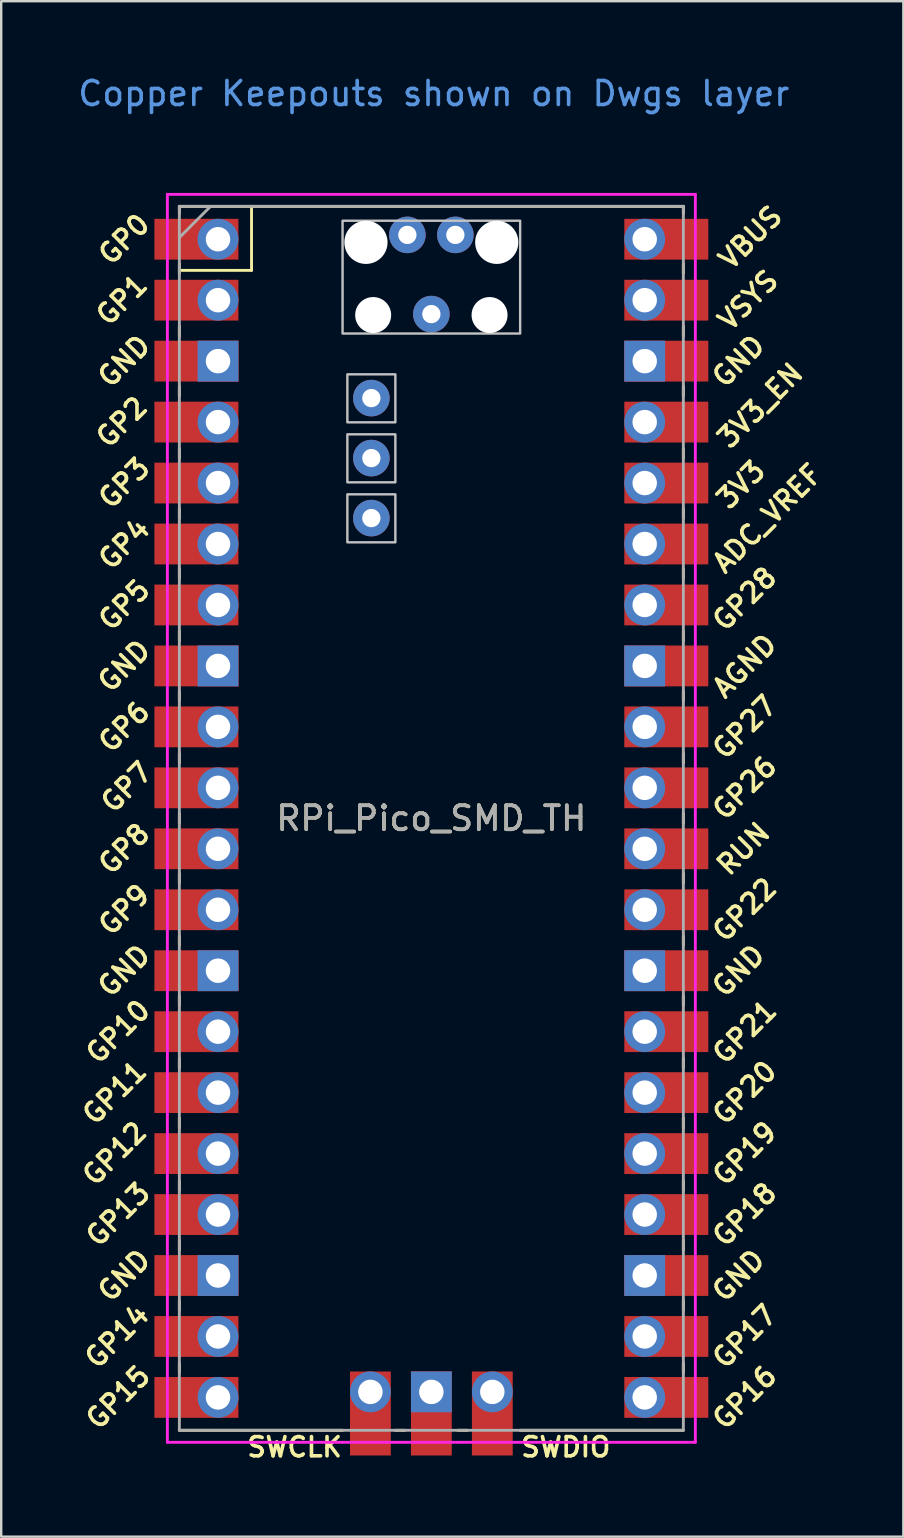
<source format=kicad_pcb>
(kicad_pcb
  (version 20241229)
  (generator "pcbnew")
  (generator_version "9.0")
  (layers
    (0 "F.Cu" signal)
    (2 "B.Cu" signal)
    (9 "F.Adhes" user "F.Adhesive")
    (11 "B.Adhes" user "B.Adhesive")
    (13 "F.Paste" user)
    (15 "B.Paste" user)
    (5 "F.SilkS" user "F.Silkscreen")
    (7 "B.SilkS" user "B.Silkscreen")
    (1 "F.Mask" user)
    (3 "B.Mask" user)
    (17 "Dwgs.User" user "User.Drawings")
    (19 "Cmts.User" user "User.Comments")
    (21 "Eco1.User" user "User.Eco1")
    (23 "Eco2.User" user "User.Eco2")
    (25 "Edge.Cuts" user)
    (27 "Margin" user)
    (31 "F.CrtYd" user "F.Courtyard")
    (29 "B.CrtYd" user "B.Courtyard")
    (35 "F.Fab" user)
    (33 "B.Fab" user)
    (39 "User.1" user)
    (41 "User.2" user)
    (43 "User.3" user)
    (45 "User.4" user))
  (footprint "RPi_Pico_SMD_TH"
    (layer "F.Cu")
    (at 14.924 31.048)
    (property "Reference" "RPi_Pico_SMD_TH" (at 0 0 0) (layer "F.SilkS") (effects (font (size 1 1) (thickness 0.15))))
    (attr through_hole)
    (fp_line (start -10.5 -25.5) (end -10.5 -25.2) (stroke (width 0.12) (type solid)) (layer "F.SilkS"))
    (fp_line (start -10.5 -25.5) (end 10.5 -25.5) (stroke (width 0.12) (type solid)) (layer "F.SilkS"))
    (fp_line (start -10.5 -23.1) (end -10.5 -22.7) (stroke (width 0.12) (type solid)) (layer "F.SilkS"))
    (fp_line (start -10.5 -22.833) (end -7.493 -22.833) (stroke (width 0.12) (type solid)) (layer "F.SilkS"))
    (fp_line (start -10.5 -20.5) (end -10.5 -20.1) (stroke (width 0.12) (type solid)) (layer "F.SilkS"))
    (fp_line (start -10.5 -18) (end -10.5 -17.6) (stroke (width 0.12) (type solid)) (layer "F.SilkS"))
    (fp_line (start -10.5 -15.4) (end -10.5 -15) (stroke (width 0.12) (type solid)) (layer "F.SilkS"))
    (fp_line (start -10.5 -12.9) (end -10.5 -12.5) (stroke (width 0.12) (type solid)) (layer "F.SilkS"))
    (fp_line (start -10.5 -10.4) (end -10.5 -10) (stroke (width 0.12) (type solid)) (layer "F.SilkS"))
    (fp_line (start -10.5 -7.8) (end -10.5 -7.4) (stroke (width 0.12) (type solid)) (layer "F.SilkS"))
    (fp_line (start -10.5 -5.3) (end -10.5 -4.9) (stroke (width 0.12) (type solid)) (layer "F.SilkS"))
    (fp_line (start -10.5 -2.7) (end -10.5 -2.3) (stroke (width 0.12) (type solid)) (layer "F.SilkS"))
    (fp_line (start -10.5 -0.2) (end -10.5 0.2) (stroke (width 0.12) (type solid)) (layer "F.SilkS"))
    (fp_line (start -10.5 2.3) (end -10.5 2.7) (stroke (width 0.12) (type solid)) (layer "F.SilkS"))
    (fp_line (start -10.5 4.9) (end -10.5 5.3) (stroke (width 0.12) (type solid)) (layer "F.SilkS"))
    (fp_line (start -10.5 7.4) (end -10.5 7.8) (stroke (width 0.12) (type solid)) (layer "F.SilkS"))
    (fp_line (start -10.5 10) (end -10.5 10.4) (stroke (width 0.12) (type solid)) (layer "F.SilkS"))
    (fp_line (start -10.5 12.5) (end -10.5 12.9) (stroke (width 0.12) (type solid)) (layer "F.SilkS"))
    (fp_line (start -10.5 15.1) (end -10.5 15.5) (stroke (width 0.12) (type solid)) (layer "F.SilkS"))
    (fp_line (start -10.5 17.6) (end -10.5 18) (stroke (width 0.12) (type solid)) (layer "F.SilkS"))
    (fp_line (start -10.5 20.1) (end -10.5 20.5) (stroke (width 0.12) (type solid)) (layer "F.SilkS"))
    (fp_line (start -10.5 22.7) (end -10.5 23.1) (stroke (width 0.12) (type solid)) (layer "F.SilkS"))
    (fp_line (start -7.493 -22.833) (end -7.493 -25.5) (stroke (width 0.12) (type solid)) (layer "F.SilkS"))
    (fp_line (start -3.7 25.5) (end -10.5 25.5) (stroke (width 0.12) (type solid)) (layer "F.SilkS"))
    (fp_line (start -1.5 25.5) (end -1.1 25.5) (stroke (width 0.12) (type solid)) (layer "F.SilkS"))
    (fp_line (start 1.1 25.5) (end 1.5 25.5) (stroke (width 0.12) (type solid)) (layer "F.SilkS"))
    (fp_line (start 10.5 -25.5) (end 10.5 -25.2) (stroke (width 0.12) (type solid)) (layer "F.SilkS"))
    (fp_line (start 10.5 -23.1) (end 10.5 -22.7) (stroke (width 0.12) (type solid)) (layer "F.SilkS"))
    (fp_line (start 10.5 -20.5) (end 10.5 -20.1) (stroke (width 0.12) (type solid)) (layer "F.SilkS"))
    (fp_line (start 10.5 -18) (end 10.5 -17.6) (stroke (width 0.12) (type solid)) (layer "F.SilkS"))
    (fp_line (start 10.5 -15.4) (end 10.5 -15) (stroke (width 0.12) (type solid)) (layer "F.SilkS"))
    (fp_line (start 10.5 -12.9) (end 10.5 -12.5) (stroke (width 0.12) (type solid)) (layer "F.SilkS"))
    (fp_line (start 10.5 -10.4) (end 10.5 -10) (stroke (width 0.12) (type solid)) (layer "F.SilkS"))
    (fp_line (start 10.5 -7.8) (end 10.5 -7.4) (stroke (width 0.12) (type solid)) (layer "F.SilkS"))
    (fp_line (start 10.5 -5.3) (end 10.5 -4.9) (stroke (width 0.12) (type solid)) (layer "F.SilkS"))
    (fp_line (start 10.5 -2.7) (end 10.5 -2.3) (stroke (width 0.12) (type solid)) (layer "F.SilkS"))
    (fp_line (start 10.5 -0.2) (end 10.5 0.2) (stroke (width 0.12) (type solid)) (layer "F.SilkS"))
    (fp_line (start 10.5 2.3) (end 10.5 2.7) (stroke (width 0.12) (type solid)) (layer "F.SilkS"))
    (fp_line (start 10.5 4.9) (end 10.5 5.3) (stroke (width 0.12) (type solid)) (layer "F.SilkS"))
    (fp_line (start 10.5 7.4) (end 10.5 7.8) (stroke (width 0.12) (type solid)) (layer "F.SilkS"))
    (fp_line (start 10.5 10) (end 10.5 10.4) (stroke (width 0.12) (type solid)) (layer "F.SilkS"))
    (fp_line (start 10.5 12.5) (end 10.5 12.9) (stroke (width 0.12) (type solid)) (layer "F.SilkS"))
    (fp_line (start 10.5 15.1) (end 10.5 15.5) (stroke (width 0.12) (type solid)) (layer "F.SilkS"))
    (fp_line (start 10.5 17.6) (end 10.5 18) (stroke (width 0.12) (type solid)) (layer "F.SilkS"))
    (fp_line (start 10.5 20.1) (end 10.5 20.5) (stroke (width 0.12) (type solid)) (layer "F.SilkS"))
    (fp_line (start 10.5 22.7) (end 10.5 23.1) (stroke (width 0.12) (type solid)) (layer "F.SilkS"))
    (fp_line (start 10.5 25.5) (end 3.7 25.5) (stroke (width 0.12) (type solid)) (layer "F.SilkS"))
    (fp_poly (pts (xy -1.5 -16.5) (xy -3.5 -16.5) (xy -3.5 -18.5) (xy -1.5 -18.5)) (stroke (width 0.1) (type solid)) (fill no) (layer "Dwgs.User"))
    (fp_poly (pts (xy -1.5 -14) (xy -3.5 -14) (xy -3.5 -16) (xy -1.5 -16)) (stroke (width 0.1) (type solid)) (fill no) (layer "Dwgs.User"))
    (fp_poly (pts (xy -1.5 -11.5) (xy -3.5 -11.5) (xy -3.5 -13.5) (xy -1.5 -13.5)) (stroke (width 0.1) (type solid)) (fill no) (layer "Dwgs.User"))
    (fp_poly (pts (xy 3.7 -20.2) (xy -3.7 -20.2) (xy -3.7 -24.9) (xy 3.7 -24.9)) (stroke (width 0.1) (type solid)) (fill no) (layer "Dwgs.User"))
    (fp_line (start -11 -26) (end 11 -26) (stroke (width 0.12) (type solid)) (layer "F.CrtYd"))
    (fp_line (start -11 26) (end -11 -26) (stroke (width 0.12) (type solid)) (layer "F.CrtYd"))
    (fp_line (start 11 -26) (end 11 26) (stroke (width 0.12) (type solid)) (layer "F.CrtYd"))
    (fp_line (start 11 26) (end -11 26) (stroke (width 0.12) (type solid)) (layer "F.CrtYd"))
    (fp_line (start -10.5 -25.5) (end 10.5 -25.5) (stroke (width 0.12) (type solid)) (layer "F.Fab"))
    (fp_line (start -10.5 -24.2) (end -9.2 -25.5) (stroke (width 0.12) (type solid)) (layer "F.Fab"))
    (fp_line (start -10.5 25.5) (end -10.5 -25.5) (stroke (width 0.12) (type solid)) (layer "F.Fab"))
    (fp_line (start 10.5 -25.5) (end 10.5 25.5) (stroke (width 0.12) (type solid)) (layer "F.Fab"))
    (fp_line (start 10.5 25.5) (end -10.5 25.5) (stroke (width 0.12) (type solid)) (layer "F.Fab"))
    (fp_text user "GP18" (at 13.054 16.51 45) (layer "F.SilkS") (effects (font (size 0.8 0.8) (thickness 0.15))))
    (fp_text user "GP16" (at 13.054 24.13 45) (layer "F.SilkS") (effects (font (size 0.8 0.8) (thickness 0.15))))
    (fp_text user "GP17" (at 13.054 21.59 45) (layer "F.SilkS") (effects (font (size 0.8 0.8) (thickness 0.15))))
    (fp_text user "SWDIO" (at 5.6 26.2 0) (layer "F.SilkS") (effects (font (size 0.8 0.8) (thickness 0.15))))
    (fp_text user "SWCLK" (at -5.7 26.2 0) (layer "F.SilkS") (effects (font (size 0.8 0.8) (thickness 0.15))))
    (fp_text user "GP14" (at -13.1 21.59 45) (layer "F.SilkS") (effects (font (size 0.8 0.8) (thickness 0.15))))
    (fp_text user "GP1" (at -12.9 -21.6 45) (layer "F.SilkS") (effects (font (size 0.8 0.8) (thickness 0.15))))
    (fp_text user "GND" (at 12.8 6.35 45) (layer "F.SilkS") (effects (font (size 0.8 0.8) (thickness 0.15))))
    (fp_text user "GND" (at 12.8 -19.05 45) (layer "F.SilkS") (effects (font (size 0.8 0.8) (thickness 0.15))))
    (fp_text user "GP26" (at 13.054 -1.27 45) (layer "F.SilkS") (effects (font (size 0.8 0.8) (thickness 0.15))))
    (fp_text user "GP22" (at 13.054 3.81 45) (layer "F.SilkS") (effects (font (size 0.8 0.8) (thickness 0.15))))
    (fp_text user "GP4" (at -12.8 -11.43 45) (layer "F.SilkS") (effects (font (size 0.8 0.8) (thickness 0.15))))
    (fp_text user "GP2" (at -12.9 -16.51 45) (layer "F.SilkS") (effects (font (size 0.8 0.8) (thickness 0.15))))
    (fp_text user "3V3" (at 12.9 -13.9 45) (layer "F.SilkS") (effects (font (size 0.8 0.8) (thickness 0.15))))
    (fp_text user "GND" (at -12.8 19.05 45) (layer "F.SilkS") (effects (font (size 0.8 0.8) (thickness 0.15))))
    (fp_text user "GP5" (at -12.8 -8.89 45) (layer "F.SilkS") (effects (font (size 0.8 0.8) (thickness 0.15))))
    (fp_text user "GP9" (at -12.8 3.81 45) (layer "F.SilkS") (effects (font (size 0.8 0.8) (thickness 0.15))))
    (fp_text user "GP13" (at -13.054 16.51 45) (layer "F.SilkS") (effects (font (size 0.8 0.8) (thickness 0.15))))
    (fp_text user "RUN" (at 13 1.27 45) (layer "F.SilkS") (effects (font (size 0.8 0.8) (thickness 0.15))))
    (fp_text user "AGND" (at 13.054 -6.35 45) (layer "F.SilkS") (effects (font (size 0.8 0.8) (thickness 0.15))))
    (fp_text user "GP11" (at -13.2 11.43 45) (layer "F.SilkS") (effects (font (size 0.8 0.8) (thickness 0.15))))
    (fp_text user "GND" (at -12.8 -19.05 45) (layer "F.SilkS") (effects (font (size 0.8 0.8) (thickness 0.15))))
    (fp_text user "GND" (at -12.8 -6.35 45) (layer "F.SilkS") (effects (font (size 0.8 0.8) (thickness 0.15))))
    (fp_text user "GP15" (at -13.054 24.13 45) (layer "F.SilkS") (effects (font (size 0.8 0.8) (thickness 0.15))))
    (fp_text user "GP7" (at -12.7 -1.3 45) (layer "F.SilkS") (effects (font (size 0.8 0.8) (thickness 0.15))))
    (fp_text user "ADC_VREF" (at 14 -12.5 45) (layer "F.SilkS") (effects (font (size 0.8 0.8) (thickness 0.15))))
    (fp_text user "GP8" (at -12.8 1.27 45) (layer "F.SilkS") (effects (font (size 0.8 0.8) (thickness 0.15))))
    (fp_text user "GND" (at 12.8 19.05 45) (layer "F.SilkS") (effects (font (size 0.8 0.8) (thickness 0.15))))
    (fp_text user "GP6" (at -12.8 -3.81 45) (layer "F.SilkS") (effects (font (size 0.8 0.8) (thickness 0.15))))
    (fp_text user "3V3_EN" (at 13.7 -17.2 45) (layer "F.SilkS") (effects (font (size 0.8 0.8) (thickness 0.15))))
    (fp_text user "GP28" (at 13.054 -9.144 45) (layer "F.SilkS") (effects (font (size 0.8 0.8) (thickness 0.15))))
    (fp_text user "GP3" (at -12.8 -13.97 45) (layer "F.SilkS") (effects (font (size 0.8 0.8) (thickness 0.15))))
    (fp_text user "GP10" (at -13.054 8.89 45) (layer "F.SilkS") (effects (font (size 0.8 0.8) (thickness 0.15))))
    (fp_text user "GP0" (at -12.8 -24.13 45) (layer "F.SilkS") (effects (font (size 0.8 0.8) (thickness 0.15))))
    (fp_text user "VSYS" (at 13.2 -21.59 45) (layer "F.SilkS") (effects (font (size 0.8 0.8) (thickness 0.15))))
    (fp_text user "GP27" (at 13.054 -3.8 45) (layer "F.SilkS") (effects (font (size 0.8 0.8) (thickness 0.15))))
    (fp_text user "GP19" (at 13.054 13.97 45) (layer "F.SilkS") (effects (font (size 0.8 0.8) (thickness 0.15))))
    (fp_text user "GP20" (at 13.054 11.43 45) (layer "F.SilkS") (effects (font (size 0.8 0.8) (thickness 0.15))))
    (fp_text user "GP12" (at -13.2 13.97 45) (layer "F.SilkS") (effects (font (size 0.8 0.8) (thickness 0.15))))
    (fp_text user "GND" (at -12.8 6.35 45) (layer "F.SilkS") (effects (font (size 0.8 0.8) (thickness 0.15))))
    (fp_text user "VBUS" (at 13.3 -24.2 45) (layer "F.SilkS") (effects (font (size 0.8 0.8) (thickness 0.15))))
    (fp_text user "GP21" (at 13.054 8.9 45) (layer "F.SilkS") (effects (font (size 0.8 0.8) (thickness 0.15))))
    (fp_text user "Copper Keepouts shown on Dwgs layer" (at 0.1 -30.2 0) (layer "Cmts.User") (effects (font (size 1 1) (thickness 0.15))))
    (fp_text user "${REFERENCE}" (at 0 0 180) (layer "F.Fab") (effects (font (size 1 1) (thickness 0.15))))
    (pad "" np_thru_hole oval (at -2.725 -24) (size 1.8 1.8) (drill 1.8) (layers "*.Cu" "*.Mask"))
    (pad "" np_thru_hole oval (at -2.425 -20.97) (size 1.5 1.5) (drill 1.5) (layers "*.Cu" "*.Mask"))
    (pad "" np_thru_hole oval (at 2.425 -20.97) (size 1.5 1.5) (drill 1.5) (layers "*.Cu" "*.Mask"))
    (pad "" np_thru_hole oval (at 2.725 -24) (size 1.8 1.8) (drill 1.8) (layers "*.Cu" "*.Mask"))
    (pad "1" thru_hole oval (at -8.89 -24.13) (size 1.7 1.7) (drill 1.02) (layers "*.Cu" "*.Mask"))
    (pad "1" smd rect (at -8.89 -24.13) (size 3.5 1.7) (drill (offset -0.9 0)) (layers "F.Cu" "F.Mask"))
    (pad "2" thru_hole oval (at -8.89 -21.59) (size 1.7 1.7) (drill 1.02) (layers "*.Cu" "*.Mask"))
    (pad "2" smd rect (at -8.89 -21.59) (size 3.5 1.7) (drill (offset -0.9 0)) (layers "F.Cu" "F.Mask"))
    (pad "3" thru_hole rect (at -8.89 -19.05) (size 1.7 1.7) (drill 1.02) (layers "*.Cu" "*.Mask"))
    (pad "3" smd rect (at -8.89 -19.05) (size 3.5 1.7) (drill (offset -0.9 0)) (layers "F.Cu" "F.Mask"))
    (pad "4" thru_hole oval (at -8.89 -16.51) (size 1.7 1.7) (drill 1.02) (layers "*.Cu" "*.Mask"))
    (pad "4" smd rect (at -8.89 -16.51) (size 3.5 1.7) (drill (offset -0.9 0)) (layers "F.Cu" "F.Mask"))
    (pad "5" thru_hole oval (at -8.89 -13.97) (size 1.7 1.7) (drill 1.02) (layers "*.Cu" "*.Mask"))
    (pad "5" smd rect (at -8.89 -13.97) (size 3.5 1.7) (drill (offset -0.9 0)) (layers "F.Cu" "F.Mask"))
    (pad "6" thru_hole oval (at -8.89 -11.43) (size 1.7 1.7) (drill 1.02) (layers "*.Cu" "*.Mask"))
    (pad "6" smd rect (at -8.89 -11.43) (size 3.5 1.7) (drill (offset -0.9 0)) (layers "F.Cu" "F.Mask"))
    (pad "7" thru_hole oval (at -8.89 -8.89) (size 1.7 1.7) (drill 1.02) (layers "*.Cu" "*.Mask"))
    (pad "7" smd rect (at -8.89 -8.89) (size 3.5 1.7) (drill (offset -0.9 0)) (layers "F.Cu" "F.Mask"))
    (pad "8" thru_hole rect (at -8.89 -6.35) (size 1.7 1.7) (drill 1.02) (layers "*.Cu" "*.Mask"))
    (pad "8" smd rect (at -8.89 -6.35) (size 3.5 1.7) (drill (offset -0.9 0)) (layers "F.Cu" "F.Mask"))
    (pad "9" thru_hole oval (at -8.89 -3.81) (size 1.7 1.7) (drill 1.02) (layers "*.Cu" "*.Mask"))
    (pad "9" smd rect (at -8.89 -3.81) (size 3.5 1.7) (drill (offset -0.9 0)) (layers "F.Cu" "F.Mask"))
    (pad "10" thru_hole oval (at -8.89 -1.27) (size 1.7 1.7) (drill 1.02) (layers "*.Cu" "*.Mask"))
    (pad "10" smd rect (at -8.89 -1.27) (size 3.5 1.7) (drill (offset -0.9 0)) (layers "F.Cu" "F.Mask"))
    (pad "11" thru_hole oval (at -8.89 1.27) (size 1.7 1.7) (drill 1.02) (layers "*.Cu" "*.Mask"))
    (pad "11" smd rect (at -8.89 1.27) (size 3.5 1.7) (drill (offset -0.9 0)) (layers "F.Cu" "F.Mask"))
    (pad "12" thru_hole oval (at -8.89 3.81) (size 1.7 1.7) (drill 1.02) (layers "*.Cu" "*.Mask"))
    (pad "12" smd rect (at -8.89 3.81) (size 3.5 1.7) (drill (offset -0.9 0)) (layers "F.Cu" "F.Mask"))
    (pad "13" thru_hole rect (at -8.89 6.35) (size 1.7 1.7) (drill 1.02) (layers "*.Cu" "*.Mask"))
    (pad "13" smd rect (at -8.89 6.35) (size 3.5 1.7) (drill (offset -0.9 0)) (layers "F.Cu" "F.Mask"))
    (pad "14" thru_hole oval (at -8.89 8.89) (size 1.7 1.7) (drill 1.02) (layers "*.Cu" "*.Mask"))
    (pad "14" smd rect (at -8.89 8.89) (size 3.5 1.7) (drill (offset -0.9 0)) (layers "F.Cu" "F.Mask"))
    (pad "15" thru_hole oval (at -8.89 11.43) (size 1.7 1.7) (drill 1.02) (layers "*.Cu" "*.Mask"))
    (pad "15" smd rect (at -8.89 11.43) (size 3.5 1.7) (drill (offset -0.9 0)) (layers "F.Cu" "F.Mask"))
    (pad "16" thru_hole oval (at -8.89 13.97) (size 1.7 1.7) (drill 1.02) (layers "*.Cu" "*.Mask"))
    (pad "16" smd rect (at -8.89 13.97) (size 3.5 1.7) (drill (offset -0.9 0)) (layers "F.Cu" "F.Mask"))
    (pad "17" thru_hole oval (at -8.89 16.51) (size 1.7 1.7) (drill 1.02) (layers "*.Cu" "*.Mask"))
    (pad "17" smd rect (at -8.89 16.51) (size 3.5 1.7) (drill (offset -0.9 0)) (layers "F.Cu" "F.Mask"))
    (pad "18" thru_hole rect (at -8.89 19.05) (size 1.7 1.7) (drill 1.02) (layers "*.Cu" "*.Mask"))
    (pad "18" smd rect (at -8.89 19.05) (size 3.5 1.7) (drill (offset -0.9 0)) (layers "F.Cu" "F.Mask"))
    (pad "19" thru_hole oval (at -8.89 21.59) (size 1.7 1.7) (drill 1.02) (layers "*.Cu" "*.Mask"))
    (pad "19" smd rect (at -8.89 21.59) (size 3.5 1.7) (drill (offset -0.9 0)) (layers "F.Cu" "F.Mask"))
    (pad "20" thru_hole oval (at -8.89 24.13) (size 1.7 1.7) (drill 1.02) (layers "*.Cu" "*.Mask"))
    (pad "20" smd rect (at -8.89 24.13) (size 3.5 1.7) (drill (offset -0.9 0)) (layers "F.Cu" "F.Mask"))
    (pad "21" thru_hole oval (at 8.89 24.13) (size 1.7 1.7) (drill 1.02) (layers "*.Cu" "*.Mask"))
    (pad "21" smd rect (at 8.89 24.13) (size 3.5 1.7) (drill (offset 0.9 0)) (layers "F.Cu" "F.Mask"))
    (pad "22" thru_hole oval (at 8.89 21.59) (size 1.7 1.7) (drill 1.02) (layers "*.Cu" "*.Mask"))
    (pad "22" smd rect (at 8.89 21.59) (size 3.5 1.7) (drill (offset 0.9 0)) (layers "F.Cu" "F.Mask"))
    (pad "23" thru_hole rect (at 8.89 19.05) (size 1.7 1.7) (drill 1.02) (layers "*.Cu" "*.Mask"))
    (pad "23" smd rect (at 8.89 19.05) (size 3.5 1.7) (drill (offset 0.9 0)) (layers "F.Cu" "F.Mask"))
    (pad "24" thru_hole oval (at 8.89 16.51) (size 1.7 1.7) (drill 1.02) (layers "*.Cu" "*.Mask"))
    (pad "24" smd rect (at 8.89 16.51) (size 3.5 1.7) (drill (offset 0.9 0)) (layers "F.Cu" "F.Mask"))
    (pad "25" thru_hole oval (at 8.89 13.97) (size 1.7 1.7) (drill 1.02) (layers "*.Cu" "*.Mask"))
    (pad "25" smd rect (at 8.89 13.97) (size 3.5 1.7) (drill (offset 0.9 0)) (layers "F.Cu" "F.Mask"))
    (pad "26" thru_hole oval (at 8.89 11.43) (size 1.7 1.7) (drill 1.02) (layers "*.Cu" "*.Mask"))
    (pad "26" smd rect (at 8.89 11.43) (size 3.5 1.7) (drill (offset 0.9 0)) (layers "F.Cu" "F.Mask"))
    (pad "27" thru_hole oval (at 8.89 8.89) (size 1.7 1.7) (drill 1.02) (layers "*.Cu" "*.Mask"))
    (pad "27" smd rect (at 8.89 8.89) (size 3.5 1.7) (drill (offset 0.9 0)) (layers "F.Cu" "F.Mask"))
    (pad "28" thru_hole rect (at 8.89 6.35) (size 1.7 1.7) (drill 1.02) (layers "*.Cu" "*.Mask"))
    (pad "28" smd rect (at 8.89 6.35) (size 3.5 1.7) (drill (offset 0.9 0)) (layers "F.Cu" "F.Mask"))
    (pad "29" thru_hole oval (at 8.89 3.81) (size 1.7 1.7) (drill 1.02) (layers "*.Cu" "*.Mask"))
    (pad "29" smd rect (at 8.89 3.81) (size 3.5 1.7) (drill (offset 0.9 0)) (layers "F.Cu" "F.Mask"))
    (pad "30" thru_hole oval (at 8.89 1.27) (size 1.7 1.7) (drill 1.02) (layers "*.Cu" "*.Mask"))
    (pad "30" smd rect (at 8.89 1.27) (size 3.5 1.7) (drill (offset 0.9 0)) (layers "F.Cu" "F.Mask"))
    (pad "31" thru_hole oval (at 8.89 -1.27) (size 1.7 1.7) (drill 1.02) (layers "*.Cu" "*.Mask"))
    (pad "31" smd rect (at 8.89 -1.27) (size 3.5 1.7) (drill (offset 0.9 0)) (layers "F.Cu" "F.Mask"))
    (pad "32" thru_hole oval (at 8.89 -3.81) (size 1.7 1.7) (drill 1.02) (layers "*.Cu" "*.Mask"))
    (pad "32" smd rect (at 8.89 -3.81) (size 3.5 1.7) (drill (offset 0.9 0)) (layers "F.Cu" "F.Mask"))
    (pad "33" thru_hole rect (at 8.89 -6.35) (size 1.7 1.7) (drill 1.02) (layers "*.Cu" "*.Mask"))
    (pad "33" smd rect (at 8.89 -6.35) (size 3.5 1.7) (drill (offset 0.9 0)) (layers "F.Cu" "F.Mask"))
    (pad "34" thru_hole oval (at 8.89 -8.89) (size 1.7 1.7) (drill 1.02) (layers "*.Cu" "*.Mask"))
    (pad "34" smd rect (at 8.89 -8.89) (size 3.5 1.7) (drill (offset 0.9 0)) (layers "F.Cu" "F.Mask"))
    (pad "35" thru_hole oval (at 8.89 -11.43) (size 1.7 1.7) (drill 1.02) (layers "*.Cu" "*.Mask"))
    (pad "35" smd rect (at 8.89 -11.43) (size 3.5 1.7) (drill (offset 0.9 0)) (layers "F.Cu" "F.Mask"))
    (pad "36" thru_hole oval (at 8.89 -13.97) (size 1.7 1.7) (drill 1.02) (layers "*.Cu" "*.Mask"))
    (pad "36" smd rect (at 8.89 -13.97) (size 3.5 1.7) (drill (offset 0.9 0)) (layers "F.Cu" "F.Mask"))
    (pad "37" thru_hole oval (at 8.89 -16.51) (size 1.7 1.7) (drill 1.02) (layers "*.Cu" "*.Mask"))
    (pad "37" smd rect (at 8.89 -16.51) (size 3.5 1.7) (drill (offset 0.9 0)) (layers "F.Cu" "F.Mask"))
    (pad "38" thru_hole rect (at 8.89 -19.05) (size 1.7 1.7) (drill 1.02) (layers "*.Cu" "*.Mask"))
    (pad "38" smd rect (at 8.89 -19.05) (size 3.5 1.7) (drill (offset 0.9 0)) (layers "F.Cu" "F.Mask"))
    (pad "39" thru_hole oval (at 8.89 -21.59) (size 1.7 1.7) (drill 1.02) (layers "*.Cu" "*.Mask"))
    (pad "39" smd rect (at 8.89 -21.59) (size 3.5 1.7) (drill (offset 0.9 0)) (layers "F.Cu" "F.Mask"))
    (pad "40" thru_hole oval (at 8.89 -24.13) (size 1.7 1.7) (drill 1.02) (layers "*.Cu" "*.Mask"))
    (pad "40" smd rect (at 8.89 -24.13) (size 3.5 1.7) (drill (offset 0.9 0)) (layers "F.Cu" "F.Mask"))
    (pad "41" thru_hole oval (at -2.54 23.9) (size 1.7 1.7) (drill 1.02) (layers "*.Cu" "*.Mask"))
    (pad "41" smd rect (at -2.54 23.9 90) (size 3.5 1.7) (drill (offset -0.9 0)) (layers "F.Cu" "F.Mask"))
    (pad "42" thru_hole rect (at 0 23.9) (size 1.7 1.7) (drill 1.02) (layers "*.Cu" "*.Mask"))
    (pad "42" smd rect (at 0 23.9 90) (size 3.5 1.7) (drill (offset -0.9 0)) (layers "F.Cu" "F.Mask"))
    (pad "43" thru_hole oval (at 2.54 23.9) (size 1.7 1.7) (drill 1.02) (layers "*.Cu" "*.Mask"))
    (pad "43" smd rect (at 2.54 23.9 90) (size 3.5 1.7) (drill (offset -0.9 0)) (layers "F.Cu" "F.Mask"))
    (pad "44" thru_hole circle (at 0 -21.01) (size 1.524 1.524) (drill 0.762) (layers "*.Cu" "*.Mask"))
    (pad "45" thru_hole circle (at 1 -24.31) (size 1.524 1.524) (drill 0.762) (layers "*.Cu" "*.Mask"))
    (pad "46" thru_hole circle (at -1 -24.31) (size 1.524 1.524) (drill 0.762) (layers "*.Cu" "*.Mask"))
    (pad "47" thru_hole circle (at -2.5 -17.51) (size 1.524 1.524) (drill 0.762) (layers "*.Cu" "*.Mask"))
    (pad "48" thru_hole circle (at -2.5 -15.01) (size 1.524 1.524) (drill 0.762) (layers "*.Cu" "*.Mask"))
    (pad "49" thru_hole circle (at -2.5 -12.51) (size 1.524 1.524) (drill 0.762) (layers "*.Cu" "*.Mask")))
  (gr_rect
    (start -3 -3)
    (end 34.591 60.98)
    (stroke (width 0.1) (type default))
    (fill no)
    (layer "Edge.Cuts")))
</source>
